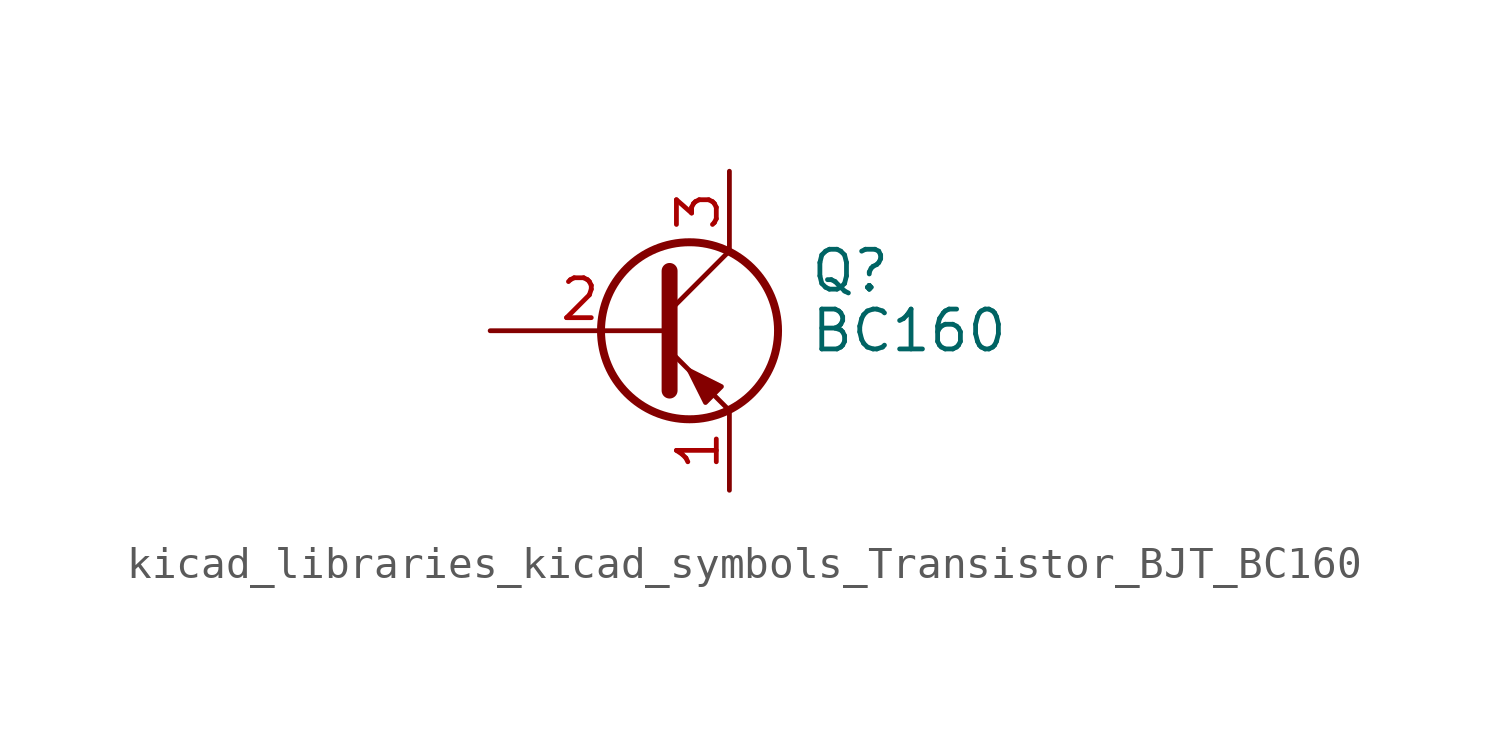
<source format=kicad_sym>
(kicad_symbol_lib
  (version 20220914)
  (generator kicad_symbol_editor)
  (symbol "kicad_libraries_kicad_symbols_Transistor_BJT_BC160"
    (pin_names
      (offset 0) hide)
    (property "Reference" "Q"
      (at 5.08 1.905 0)
      (effects (font (size 1.27 1.27)) (justify left)))
    (property "Value" "BC160"
      (at 5.08 0 0)
      (effects (font (size 1.27 1.27)) (justify left)))
    (symbol "kicad_libraries_kicad_symbols_Transistor_BJT_BC160_0_1"
      (polyline (pts (xy 0.635 0.635) (xy 2.54 2.54)) (stroke (width 0) (type default)) (fill (type none)))
      (polyline (pts (xy 0.635 -0.635) (xy 2.54 -2.54) (xy 2.54 -2.54)) (stroke (width 0) (type default)) (fill (type none)))
      (polyline (pts (xy 0.635 1.905) (xy 0.635 -1.905) (xy 0.635 -1.905)) (stroke (width 0.508) (type default)) (fill (type none)))
      (polyline (pts (xy 2.286 -1.778) (xy 1.778 -2.286) (xy 1.27 -1.27) (xy 2.286 -1.778) (xy 2.286 -1.778)) (stroke (width 0) (type default)) (fill (type outline)))
      (circle (center 1.27 0) (radius 2.819) (stroke (width 0.254) (type default)) (fill (type none))))
    (symbol "kicad_libraries_kicad_symbols_Transistor_BJT_BC160_1_1"
      (pin passive line (at 2.54 -5.08 90) (length 2.54) (name "E" (effects (font (size 1.27 1.27)))) (number "1" (effects (font (size 1.27 1.27)))))
      (pin input line (at -5.08 0 0) (length 5.715) (name "B" (effects (font (size 1.27 1.27)))) (number "2" (effects (font (size 1.27 1.27)))))
      (pin passive line (at 2.54 5.08 270) (length 2.54) (name "C" (effects (font (size 1.27 1.27)))) (number "3" (effects (font (size 1.27 1.27))))))))
</source>
